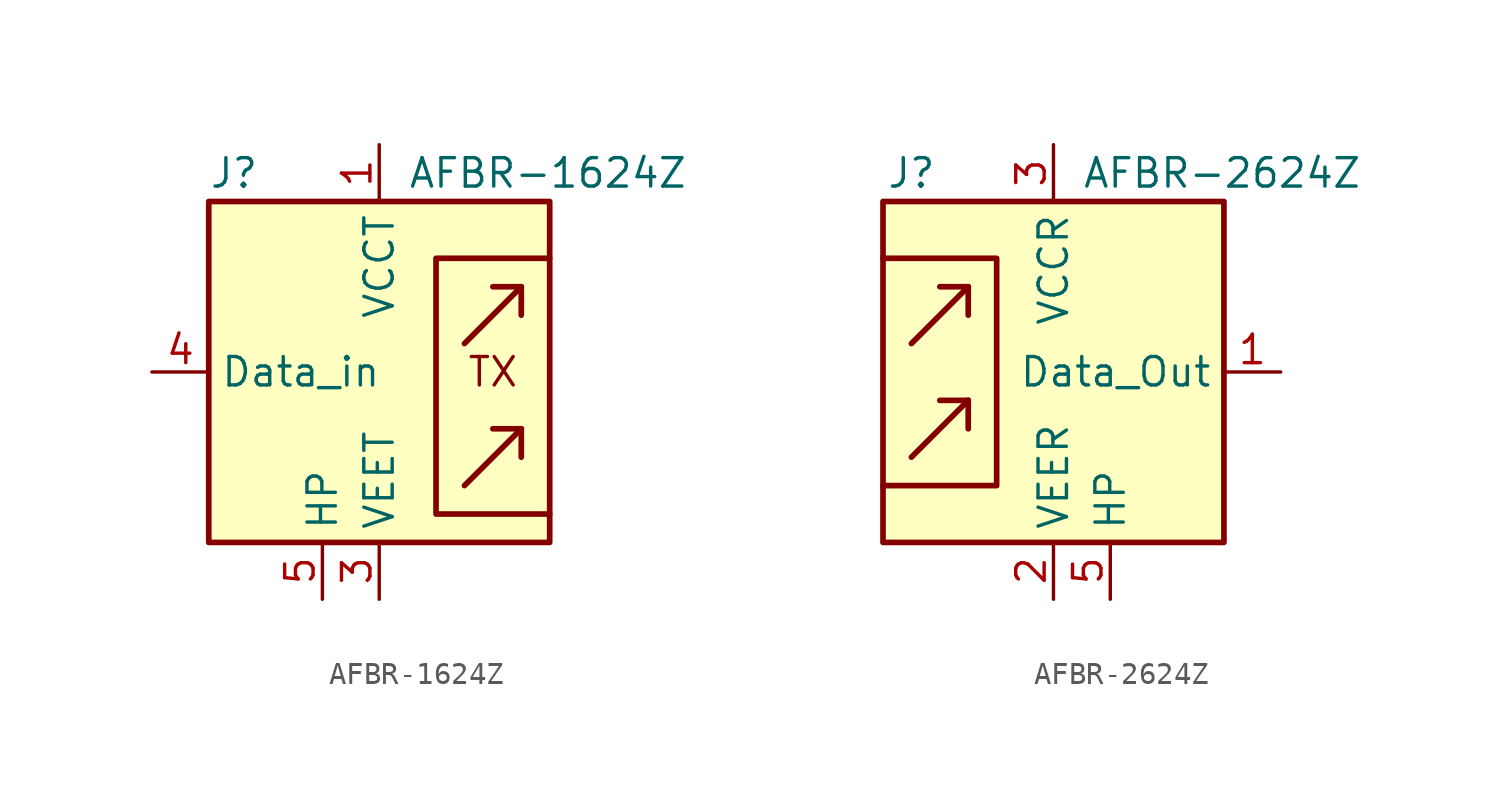
<source format=kicad_sym>
(kicad_symbol_lib
  (version 20201005)
  (generator kicad_symbol_editor)
  (symbol "Fiber_Optic:AFBR-1624Z"
    (property "Reference" "J"
      (at -7.62 8.89 0)
      (effects (font (size 1.27 1.27)) (justify left)))
    (property "Value" "AFBR-1624Z"
      (at 1.27 8.89 0)
      (effects (font (size 1.27 1.27)) (justify left)))
    (symbol "AFBR-1624Z_0_0"
      (text "TX" (at 5.08 0 0) (effects (font (size 1.27 1.27)))))
    (symbol "AFBR-1624Z_0_1"
      (rectangle (start -7.62 7.62) (end 7.62 -7.62) (stroke (width 0.254)) (fill (type background)))
      (polyline (pts (xy 6.35 -2.54) (xy 3.81 -5.08)) (stroke (width 0.254)) (fill (type none)))
      (polyline (pts (xy 6.35 -2.54) (xy 5.08 -2.54)) (stroke (width 0.254)) (fill (type none)))
      (polyline (pts (xy 6.35 -2.54) (xy 6.35 -3.81)) (stroke (width 0.254)) (fill (type none)))
      (polyline (pts (xy 6.35 3.81) (xy 3.81 1.27)) (stroke (width 0.254)) (fill (type none)))
      (polyline (pts (xy 6.35 3.81) (xy 5.08 3.81)) (stroke (width 0.254)) (fill (type none)))
      (polyline (pts (xy 6.35 3.81) (xy 6.35 2.54)) (stroke (width 0.254)) (fill (type none)))
      (polyline (pts (xy 7.62 5.08) (xy 2.54 5.08) (xy 2.54 -1.27) (xy 2.54 -6.35) (xy 7.62 -6.35)) (stroke (width 0.254)) (fill (type none))))
    (symbol "AFBR-1624Z_1_1"
      (pin power_in line (at 0 10.16 270) (length 2.54) (name "VCCT" (effects (font (size 1.27 1.27)))) (number "1" (effects (font (size 1.27 1.27)))))
      (pin no_connect line (at -7.62 5.08 0) (length 2.54) hide (name "NC" (effects (font (size 1.27 1.27)))) (number "2" (effects (font (size 1.27 1.27)))))
      (pin power_in line (at 0 -10.16 90) (length 2.54) (name "VEET" (effects (font (size 1.27 1.27)))) (number "3" (effects (font (size 1.27 1.27)))))
      (pin input line (at -10.16 0 0) (length 2.54) (name "Data_in" (effects (font (size 1.27 1.27)))) (number "4" (effects (font (size 1.27 1.27)))))
      (pin passive line (at -2.54 -10.16 90) (length 2.54) (name "HP" (effects (font (size 1.27 1.27)))) (number "5" (effects (font (size 1.27 1.27)))))
      (pin passive line (at -2.54 -10.16 90) (length 2.54) hide (name "HP" (effects (font (size 1.27 1.27)))) (number "8" (effects (font (size 1.27 1.27)))))))
  (symbol "Fiber_Optic:AFBR-2624Z"
    (property "Reference" "J"
      (at -6.35 8.89 0)
      (effects (font (size 1.27 1.27))))
    (property "Value" "AFBR-2624Z"
      (at 1.27 8.89 0)
      (effects (font (size 1.27 1.27)) (justify left)))
    (symbol "AFBR-2624Z_0_1"
      (rectangle (start -7.62 7.62) (end 7.62 -7.62) (stroke (width 0.254)) (fill (type background)))
      (polyline (pts (xy -3.81 -1.27) (xy -6.35 -3.81)) (stroke (width 0.254)) (fill (type none)))
      (polyline (pts (xy -3.81 -1.27) (xy -5.08 -1.27)) (stroke (width 0.254)) (fill (type none)))
      (polyline (pts (xy -3.81 -1.27) (xy -3.81 -2.54)) (stroke (width 0.254)) (fill (type none)))
      (polyline (pts (xy -3.81 3.81) (xy -6.35 1.27)) (stroke (width 0.254)) (fill (type none)))
      (polyline (pts (xy -3.81 3.81) (xy -5.08 3.81)) (stroke (width 0.254)) (fill (type none)))
      (polyline (pts (xy -3.81 3.81) (xy -3.81 2.54)) (stroke (width 0.254)) (fill (type none)))
      (polyline (pts (xy -7.62 5.08) (xy -2.54 5.08) (xy -2.54 -5.08) (xy -7.62 -5.08)) (stroke (width 0.254)) (fill (type none))))
    (symbol "AFBR-2624Z_1_1"
      (pin output line (at 10.16 0 180) (length 2.54) (name "Data_Out" (effects (font (size 1.27 1.27)))) (number "1" (effects (font (size 1.27 1.27)))))
      (pin power_in line (at 0 -10.16 90) (length 2.54) (name "VEER" (effects (font (size 1.27 1.27)))) (number "2" (effects (font (size 1.27 1.27)))))
      (pin power_in line (at 0 10.16 270) (length 2.54) (name "VCCR" (effects (font (size 1.27 1.27)))) (number "3" (effects (font (size 1.27 1.27)))))
      (pin no_connect line (at 7.62 5.08 180) (length 2.54) hide (name "NC" (effects (font (size 1.27 1.27)))) (number "4" (effects (font (size 1.27 1.27)))))
      (pin passive line (at 2.54 -10.16 90) (length 2.54) (name "HP" (effects (font (size 1.27 1.27)))) (number "5" (effects (font (size 1.27 1.27)))))
      (pin passive line (at 2.54 -10.16 90) (length 2.54) hide (name "HP" (effects (font (size 1.27 1.27)))) (number "8" (effects (font (size 1.27 1.27))))))))
</source>
